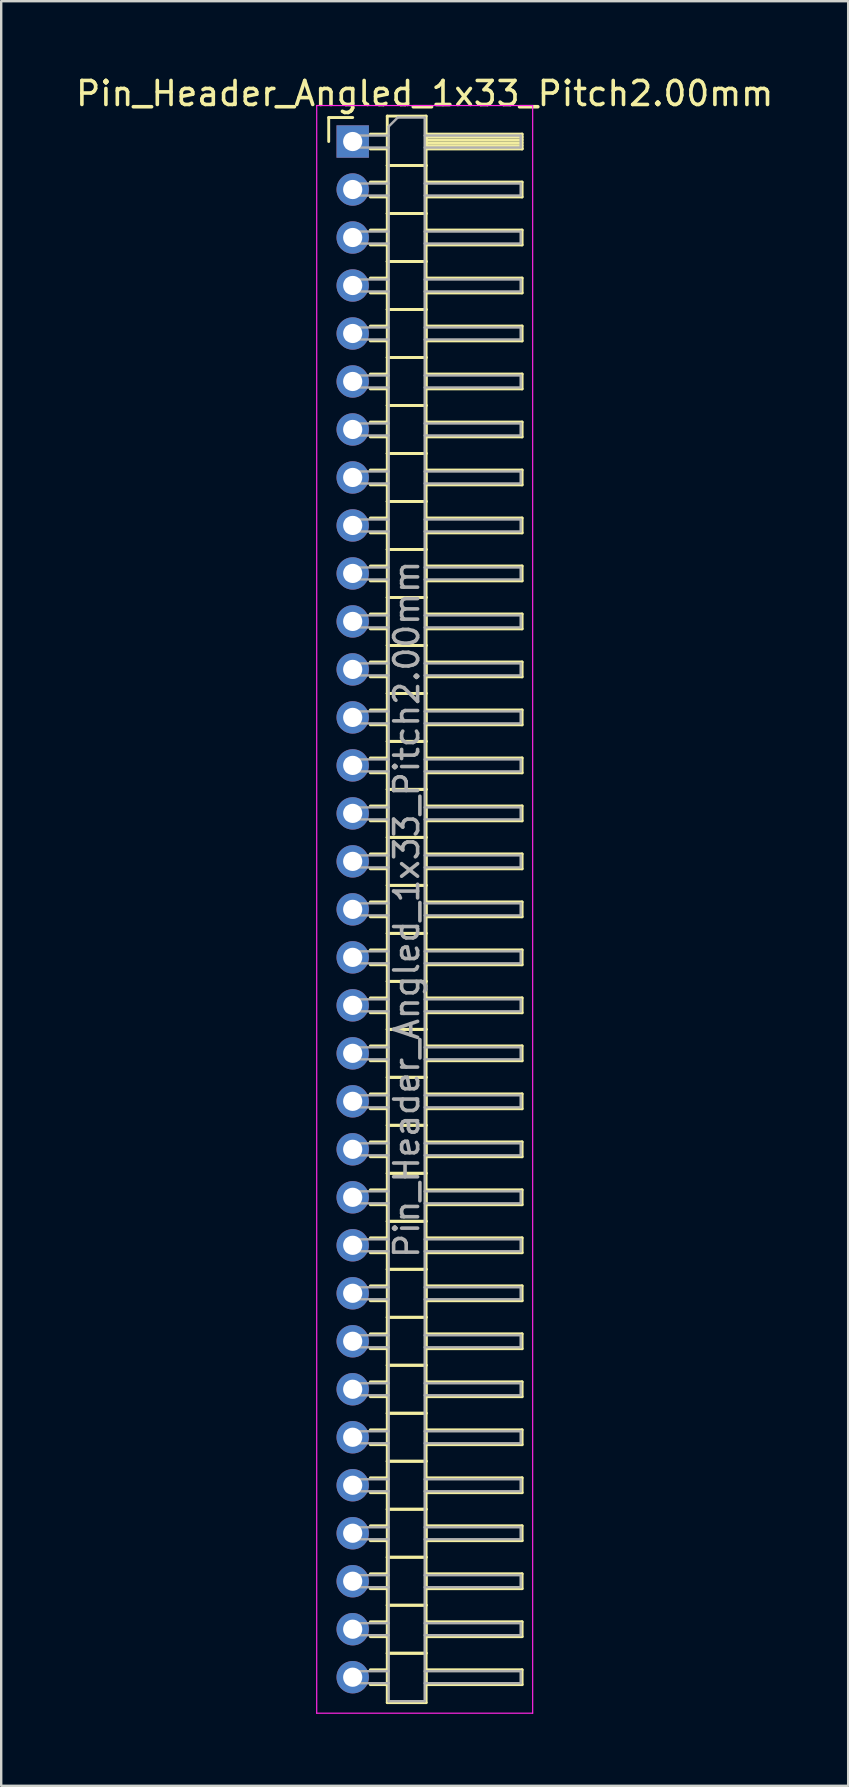
<source format=kicad_pcb>
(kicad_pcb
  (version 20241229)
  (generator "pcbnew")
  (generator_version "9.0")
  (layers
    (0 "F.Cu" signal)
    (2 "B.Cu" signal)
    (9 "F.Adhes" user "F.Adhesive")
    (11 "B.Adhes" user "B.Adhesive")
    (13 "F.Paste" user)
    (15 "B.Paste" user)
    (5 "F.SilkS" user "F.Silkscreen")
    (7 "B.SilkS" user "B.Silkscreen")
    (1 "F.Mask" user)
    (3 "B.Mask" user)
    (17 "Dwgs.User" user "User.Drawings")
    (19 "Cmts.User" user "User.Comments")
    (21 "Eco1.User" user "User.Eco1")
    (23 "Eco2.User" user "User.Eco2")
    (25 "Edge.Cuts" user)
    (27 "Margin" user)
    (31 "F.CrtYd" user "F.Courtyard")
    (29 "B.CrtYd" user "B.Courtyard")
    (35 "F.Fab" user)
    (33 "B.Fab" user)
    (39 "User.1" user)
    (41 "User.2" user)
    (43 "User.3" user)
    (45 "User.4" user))
  (footprint "Pin_Header_Angled_1x33_Pitch2.00mm"
    (layer "F.Cu")
    (at 11.649 2.848)
    (property "Reference" "Pin_Header_Angled_1x33_Pitch2.00mm" (at 3 -2 0) (layer "F.SilkS") (effects (font (size 1 1) (thickness 0.15))))
    (attr through_hole)
    (fp_line (start -1 -1) (end 0 -1) (stroke (width 0.12) (type solid)) (layer "F.SilkS"))
    (fp_line (start -1 0) (end -1 -1) (stroke (width 0.12) (type solid)) (layer "F.SilkS"))
    (fp_line (start 0.735 -0.31) (end 1.44 -0.31) (stroke (width 0.12) (type solid)) (layer "F.SilkS"))
    (fp_line (start 0.735 0.31) (end 1.44 0.31) (stroke (width 0.12) (type solid)) (layer "F.SilkS"))
    (fp_line (start 0.735 1.69) (end 1.44 1.69) (stroke (width 0.12) (type solid)) (layer "F.SilkS"))
    (fp_line (start 0.735 2.31) (end 1.44 2.31) (stroke (width 0.12) (type solid)) (layer "F.SilkS"))
    (fp_line (start 0.735 3.69) (end 1.44 3.69) (stroke (width 0.12) (type solid)) (layer "F.SilkS"))
    (fp_line (start 0.735 4.31) (end 1.44 4.31) (stroke (width 0.12) (type solid)) (layer "F.SilkS"))
    (fp_line (start 0.735 5.69) (end 1.44 5.69) (stroke (width 0.12) (type solid)) (layer "F.SilkS"))
    (fp_line (start 0.735 6.31) (end 1.44 6.31) (stroke (width 0.12) (type solid)) (layer "F.SilkS"))
    (fp_line (start 0.735 7.69) (end 1.44 7.69) (stroke (width 0.12) (type solid)) (layer "F.SilkS"))
    (fp_line (start 0.735 8.31) (end 1.44 8.31) (stroke (width 0.12) (type solid)) (layer "F.SilkS"))
    (fp_line (start 0.735 9.69) (end 1.44 9.69) (stroke (width 0.12) (type solid)) (layer "F.SilkS"))
    (fp_line (start 0.735 10.31) (end 1.44 10.31) (stroke (width 0.12) (type solid)) (layer "F.SilkS"))
    (fp_line (start 0.735 11.69) (end 1.44 11.69) (stroke (width 0.12) (type solid)) (layer "F.SilkS"))
    (fp_line (start 0.735 12.31) (end 1.44 12.31) (stroke (width 0.12) (type solid)) (layer "F.SilkS"))
    (fp_line (start 0.735 13.69) (end 1.44 13.69) (stroke (width 0.12) (type solid)) (layer "F.SilkS"))
    (fp_line (start 0.735 14.31) (end 1.44 14.31) (stroke (width 0.12) (type solid)) (layer "F.SilkS"))
    (fp_line (start 0.735 15.69) (end 1.44 15.69) (stroke (width 0.12) (type solid)) (layer "F.SilkS"))
    (fp_line (start 0.735 16.31) (end 1.44 16.31) (stroke (width 0.12) (type solid)) (layer "F.SilkS"))
    (fp_line (start 0.735 17.69) (end 1.44 17.69) (stroke (width 0.12) (type solid)) (layer "F.SilkS"))
    (fp_line (start 0.735 18.31) (end 1.44 18.31) (stroke (width 0.12) (type solid)) (layer "F.SilkS"))
    (fp_line (start 0.735 19.69) (end 1.44 19.69) (stroke (width 0.12) (type solid)) (layer "F.SilkS"))
    (fp_line (start 0.735 20.31) (end 1.44 20.31) (stroke (width 0.12) (type solid)) (layer "F.SilkS"))
    (fp_line (start 0.735 21.69) (end 1.44 21.69) (stroke (width 0.12) (type solid)) (layer "F.SilkS"))
    (fp_line (start 0.735 22.31) (end 1.44 22.31) (stroke (width 0.12) (type solid)) (layer "F.SilkS"))
    (fp_line (start 0.735 23.69) (end 1.44 23.69) (stroke (width 0.12) (type solid)) (layer "F.SilkS"))
    (fp_line (start 0.735 24.31) (end 1.44 24.31) (stroke (width 0.12) (type solid)) (layer "F.SilkS"))
    (fp_line (start 0.735 25.69) (end 1.44 25.69) (stroke (width 0.12) (type solid)) (layer "F.SilkS"))
    (fp_line (start 0.735 26.31) (end 1.44 26.31) (stroke (width 0.12) (type solid)) (layer "F.SilkS"))
    (fp_line (start 0.735 27.69) (end 1.44 27.69) (stroke (width 0.12) (type solid)) (layer "F.SilkS"))
    (fp_line (start 0.735 28.31) (end 1.44 28.31) (stroke (width 0.12) (type solid)) (layer "F.SilkS"))
    (fp_line (start 0.735 29.69) (end 1.44 29.69) (stroke (width 0.12) (type solid)) (layer "F.SilkS"))
    (fp_line (start 0.735 30.31) (end 1.44 30.31) (stroke (width 0.12) (type solid)) (layer "F.SilkS"))
    (fp_line (start 0.735 31.69) (end 1.44 31.69) (stroke (width 0.12) (type solid)) (layer "F.SilkS"))
    (fp_line (start 0.735 32.31) (end 1.44 32.31) (stroke (width 0.12) (type solid)) (layer "F.SilkS"))
    (fp_line (start 0.735 33.69) (end 1.44 33.69) (stroke (width 0.12) (type solid)) (layer "F.SilkS"))
    (fp_line (start 0.735 34.31) (end 1.44 34.31) (stroke (width 0.12) (type solid)) (layer "F.SilkS"))
    (fp_line (start 0.735 35.69) (end 1.44 35.69) (stroke (width 0.12) (type solid)) (layer "F.SilkS"))
    (fp_line (start 0.735 36.31) (end 1.44 36.31) (stroke (width 0.12) (type solid)) (layer "F.SilkS"))
    (fp_line (start 0.735 37.69) (end 1.44 37.69) (stroke (width 0.12) (type solid)) (layer "F.SilkS"))
    (fp_line (start 0.735 38.31) (end 1.44 38.31) (stroke (width 0.12) (type solid)) (layer "F.SilkS"))
    (fp_line (start 0.735 39.69) (end 1.44 39.69) (stroke (width 0.12) (type solid)) (layer "F.SilkS"))
    (fp_line (start 0.735 40.31) (end 1.44 40.31) (stroke (width 0.12) (type solid)) (layer "F.SilkS"))
    (fp_line (start 0.735 41.69) (end 1.44 41.69) (stroke (width 0.12) (type solid)) (layer "F.SilkS"))
    (fp_line (start 0.735 42.31) (end 1.44 42.31) (stroke (width 0.12) (type solid)) (layer "F.SilkS"))
    (fp_line (start 0.735 43.69) (end 1.44 43.69) (stroke (width 0.12) (type solid)) (layer "F.SilkS"))
    (fp_line (start 0.735 44.31) (end 1.44 44.31) (stroke (width 0.12) (type solid)) (layer "F.SilkS"))
    (fp_line (start 0.735 45.69) (end 1.44 45.69) (stroke (width 0.12) (type solid)) (layer "F.SilkS"))
    (fp_line (start 0.735 46.31) (end 1.44 46.31) (stroke (width 0.12) (type solid)) (layer "F.SilkS"))
    (fp_line (start 0.735 47.69) (end 1.44 47.69) (stroke (width 0.12) (type solid)) (layer "F.SilkS"))
    (fp_line (start 0.735 48.31) (end 1.44 48.31) (stroke (width 0.12) (type solid)) (layer "F.SilkS"))
    (fp_line (start 0.735 49.69) (end 1.44 49.69) (stroke (width 0.12) (type solid)) (layer "F.SilkS"))
    (fp_line (start 0.735 50.31) (end 1.44 50.31) (stroke (width 0.12) (type solid)) (layer "F.SilkS"))
    (fp_line (start 0.735 51.69) (end 1.44 51.69) (stroke (width 0.12) (type solid)) (layer "F.SilkS"))
    (fp_line (start 0.735 52.31) (end 1.44 52.31) (stroke (width 0.12) (type solid)) (layer "F.SilkS"))
    (fp_line (start 0.735 53.69) (end 1.44 53.69) (stroke (width 0.12) (type solid)) (layer "F.SilkS"))
    (fp_line (start 0.735 54.31) (end 1.44 54.31) (stroke (width 0.12) (type solid)) (layer "F.SilkS"))
    (fp_line (start 0.735 55.69) (end 1.44 55.69) (stroke (width 0.12) (type solid)) (layer "F.SilkS"))
    (fp_line (start 0.735 56.31) (end 1.44 56.31) (stroke (width 0.12) (type solid)) (layer "F.SilkS"))
    (fp_line (start 0.735 57.69) (end 1.44 57.69) (stroke (width 0.12) (type solid)) (layer "F.SilkS"))
    (fp_line (start 0.735 58.31) (end 1.44 58.31) (stroke (width 0.12) (type solid)) (layer "F.SilkS"))
    (fp_line (start 0.735 59.69) (end 1.44 59.69) (stroke (width 0.12) (type solid)) (layer "F.SilkS"))
    (fp_line (start 0.735 60.31) (end 1.44 60.31) (stroke (width 0.12) (type solid)) (layer "F.SilkS"))
    (fp_line (start 0.735 61.69) (end 1.44 61.69) (stroke (width 0.12) (type solid)) (layer "F.SilkS"))
    (fp_line (start 0.735 62.31) (end 1.44 62.31) (stroke (width 0.12) (type solid)) (layer "F.SilkS"))
    (fp_line (start 0.735 63.69) (end 1.44 63.69) (stroke (width 0.12) (type solid)) (layer "F.SilkS"))
    (fp_line (start 0.735 64.31) (end 1.44 64.31) (stroke (width 0.12) (type solid)) (layer "F.SilkS"))
    (fp_line (start 1.44 -1.06) (end 1.44 1) (stroke (width 0.12) (type solid)) (layer "F.SilkS"))
    (fp_line (start 1.44 1) (end 1.44 3) (stroke (width 0.12) (type solid)) (layer "F.SilkS"))
    (fp_line (start 1.44 1) (end 3.06 1) (stroke (width 0.12) (type solid)) (layer "F.SilkS"))
    (fp_line (start 1.44 3) (end 1.44 5) (stroke (width 0.12) (type solid)) (layer "F.SilkS"))
    (fp_line (start 1.44 3) (end 3.06 3) (stroke (width 0.12) (type solid)) (layer "F.SilkS"))
    (fp_line (start 1.44 5) (end 1.44 7) (stroke (width 0.12) (type solid)) (layer "F.SilkS"))
    (fp_line (start 1.44 5) (end 3.06 5) (stroke (width 0.12) (type solid)) (layer "F.SilkS"))
    (fp_line (start 1.44 7) (end 1.44 9) (stroke (width 0.12) (type solid)) (layer "F.SilkS"))
    (fp_line (start 1.44 7) (end 3.06 7) (stroke (width 0.12) (type solid)) (layer "F.SilkS"))
    (fp_line (start 1.44 9) (end 1.44 11) (stroke (width 0.12) (type solid)) (layer "F.SilkS"))
    (fp_line (start 1.44 9) (end 3.06 9) (stroke (width 0.12) (type solid)) (layer "F.SilkS"))
    (fp_line (start 1.44 11) (end 1.44 13) (stroke (width 0.12) (type solid)) (layer "F.SilkS"))
    (fp_line (start 1.44 11) (end 3.06 11) (stroke (width 0.12) (type solid)) (layer "F.SilkS"))
    (fp_line (start 1.44 13) (end 1.44 15) (stroke (width 0.12) (type solid)) (layer "F.SilkS"))
    (fp_line (start 1.44 13) (end 3.06 13) (stroke (width 0.12) (type solid)) (layer "F.SilkS"))
    (fp_line (start 1.44 15) (end 1.44 17) (stroke (width 0.12) (type solid)) (layer "F.SilkS"))
    (fp_line (start 1.44 15) (end 3.06 15) (stroke (width 0.12) (type solid)) (layer "F.SilkS"))
    (fp_line (start 1.44 17) (end 1.44 19) (stroke (width 0.12) (type solid)) (layer "F.SilkS"))
    (fp_line (start 1.44 17) (end 3.06 17) (stroke (width 0.12) (type solid)) (layer "F.SilkS"))
    (fp_line (start 1.44 19) (end 1.44 21) (stroke (width 0.12) (type solid)) (layer "F.SilkS"))
    (fp_line (start 1.44 19) (end 3.06 19) (stroke (width 0.12) (type solid)) (layer "F.SilkS"))
    (fp_line (start 1.44 21) (end 1.44 23) (stroke (width 0.12) (type solid)) (layer "F.SilkS"))
    (fp_line (start 1.44 21) (end 3.06 21) (stroke (width 0.12) (type solid)) (layer "F.SilkS"))
    (fp_line (start 1.44 23) (end 1.44 25) (stroke (width 0.12) (type solid)) (layer "F.SilkS"))
    (fp_line (start 1.44 23) (end 3.06 23) (stroke (width 0.12) (type solid)) (layer "F.SilkS"))
    (fp_line (start 1.44 25) (end 1.44 27) (stroke (width 0.12) (type solid)) (layer "F.SilkS"))
    (fp_line (start 1.44 25) (end 3.06 25) (stroke (width 0.12) (type solid)) (layer "F.SilkS"))
    (fp_line (start 1.44 27) (end 1.44 29) (stroke (width 0.12) (type solid)) (layer "F.SilkS"))
    (fp_line (start 1.44 27) (end 3.06 27) (stroke (width 0.12) (type solid)) (layer "F.SilkS"))
    (fp_line (start 1.44 29) (end 1.44 31) (stroke (width 0.12) (type solid)) (layer "F.SilkS"))
    (fp_line (start 1.44 29) (end 3.06 29) (stroke (width 0.12) (type solid)) (layer "F.SilkS"))
    (fp_line (start 1.44 31) (end 1.44 33) (stroke (width 0.12) (type solid)) (layer "F.SilkS"))
    (fp_line (start 1.44 31) (end 3.06 31) (stroke (width 0.12) (type solid)) (layer "F.SilkS"))
    (fp_line (start 1.44 33) (end 1.44 35) (stroke (width 0.12) (type solid)) (layer "F.SilkS"))
    (fp_line (start 1.44 33) (end 3.06 33) (stroke (width 0.12) (type solid)) (layer "F.SilkS"))
    (fp_line (start 1.44 35) (end 1.44 37) (stroke (width 0.12) (type solid)) (layer "F.SilkS"))
    (fp_line (start 1.44 35) (end 3.06 35) (stroke (width 0.12) (type solid)) (layer "F.SilkS"))
    (fp_line (start 1.44 37) (end 1.44 39) (stroke (width 0.12) (type solid)) (layer "F.SilkS"))
    (fp_line (start 1.44 37) (end 3.06 37) (stroke (width 0.12) (type solid)) (layer "F.SilkS"))
    (fp_line (start 1.44 39) (end 1.44 41) (stroke (width 0.12) (type solid)) (layer "F.SilkS"))
    (fp_line (start 1.44 39) (end 3.06 39) (stroke (width 0.12) (type solid)) (layer "F.SilkS"))
    (fp_line (start 1.44 41) (end 1.44 43) (stroke (width 0.12) (type solid)) (layer "F.SilkS"))
    (fp_line (start 1.44 41) (end 3.06 41) (stroke (width 0.12) (type solid)) (layer "F.SilkS"))
    (fp_line (start 1.44 43) (end 1.44 45) (stroke (width 0.12) (type solid)) (layer "F.SilkS"))
    (fp_line (start 1.44 43) (end 3.06 43) (stroke (width 0.12) (type solid)) (layer "F.SilkS"))
    (fp_line (start 1.44 45) (end 1.44 47) (stroke (width 0.12) (type solid)) (layer "F.SilkS"))
    (fp_line (start 1.44 45) (end 3.06 45) (stroke (width 0.12) (type solid)) (layer "F.SilkS"))
    (fp_line (start 1.44 47) (end 1.44 49) (stroke (width 0.12) (type solid)) (layer "F.SilkS"))
    (fp_line (start 1.44 47) (end 3.06 47) (stroke (width 0.12) (type solid)) (layer "F.SilkS"))
    (fp_line (start 1.44 49) (end 1.44 51) (stroke (width 0.12) (type solid)) (layer "F.SilkS"))
    (fp_line (start 1.44 49) (end 3.06 49) (stroke (width 0.12) (type solid)) (layer "F.SilkS"))
    (fp_line (start 1.44 51) (end 1.44 53) (stroke (width 0.12) (type solid)) (layer "F.SilkS"))
    (fp_line (start 1.44 51) (end 3.06 51) (stroke (width 0.12) (type solid)) (layer "F.SilkS"))
    (fp_line (start 1.44 53) (end 1.44 55) (stroke (width 0.12) (type solid)) (layer "F.SilkS"))
    (fp_line (start 1.44 53) (end 3.06 53) (stroke (width 0.12) (type solid)) (layer "F.SilkS"))
    (fp_line (start 1.44 55) (end 1.44 57) (stroke (width 0.12) (type solid)) (layer "F.SilkS"))
    (fp_line (start 1.44 55) (end 3.06 55) (stroke (width 0.12) (type solid)) (layer "F.SilkS"))
    (fp_line (start 1.44 57) (end 1.44 59) (stroke (width 0.12) (type solid)) (layer "F.SilkS"))
    (fp_line (start 1.44 57) (end 3.06 57) (stroke (width 0.12) (type solid)) (layer "F.SilkS"))
    (fp_line (start 1.44 59) (end 1.44 61) (stroke (width 0.12) (type solid)) (layer "F.SilkS"))
    (fp_line (start 1.44 59) (end 3.06 59) (stroke (width 0.12) (type solid)) (layer "F.SilkS"))
    (fp_line (start 1.44 61) (end 1.44 63) (stroke (width 0.12) (type solid)) (layer "F.SilkS"))
    (fp_line (start 1.44 61) (end 3.06 61) (stroke (width 0.12) (type solid)) (layer "F.SilkS"))
    (fp_line (start 1.44 63) (end 1.44 65.06) (stroke (width 0.12) (type solid)) (layer "F.SilkS"))
    (fp_line (start 1.44 63) (end 3.06 63) (stroke (width 0.12) (type solid)) (layer "F.SilkS"))
    (fp_line (start 1.44 65.06) (end 3.06 65.06) (stroke (width 0.12) (type solid)) (layer "F.SilkS"))
    (fp_line (start 3.06 -1.06) (end 1.44 -1.06) (stroke (width 0.12) (type solid)) (layer "F.SilkS"))
    (fp_line (start 3.06 -0.31) (end 3.06 0.31) (stroke (width 0.12) (type solid)) (layer "F.SilkS"))
    (fp_line (start 3.06 -0.19) (end 7.06 -0.19) (stroke (width 0.12) (type solid)) (layer "F.SilkS"))
    (fp_line (start 3.06 -0.07) (end 7.06 -0.07) (stroke (width 0.12) (type solid)) (layer "F.SilkS"))
    (fp_line (start 3.06 0.05) (end 7.06 0.05) (stroke (width 0.12) (type solid)) (layer "F.SilkS"))
    (fp_line (start 3.06 0.17) (end 7.06 0.17) (stroke (width 0.12) (type solid)) (layer "F.SilkS"))
    (fp_line (start 3.06 0.29) (end 7.06 0.29) (stroke (width 0.12) (type solid)) (layer "F.SilkS"))
    (fp_line (start 3.06 0.31) (end 7.06 0.31) (stroke (width 0.12) (type solid)) (layer "F.SilkS"))
    (fp_line (start 3.06 1) (end 1.44 1) (stroke (width 0.12) (type solid)) (layer "F.SilkS"))
    (fp_line (start 3.06 1) (end 3.06 -1.06) (stroke (width 0.12) (type solid)) (layer "F.SilkS"))
    (fp_line (start 3.06 1.69) (end 3.06 2.31) (stroke (width 0.12) (type solid)) (layer "F.SilkS"))
    (fp_line (start 3.06 2.31) (end 7.06 2.31) (stroke (width 0.12) (type solid)) (layer "F.SilkS"))
    (fp_line (start 3.06 3) (end 1.44 3) (stroke (width 0.12) (type solid)) (layer "F.SilkS"))
    (fp_line (start 3.06 3) (end 3.06 1) (stroke (width 0.12) (type solid)) (layer "F.SilkS"))
    (fp_line (start 3.06 3.69) (end 3.06 4.31) (stroke (width 0.12) (type solid)) (layer "F.SilkS"))
    (fp_line (start 3.06 4.31) (end 7.06 4.31) (stroke (width 0.12) (type solid)) (layer "F.SilkS"))
    (fp_line (start 3.06 5) (end 1.44 5) (stroke (width 0.12) (type solid)) (layer "F.SilkS"))
    (fp_line (start 3.06 5) (end 3.06 3) (stroke (width 0.12) (type solid)) (layer "F.SilkS"))
    (fp_line (start 3.06 5.69) (end 3.06 6.31) (stroke (width 0.12) (type solid)) (layer "F.SilkS"))
    (fp_line (start 3.06 6.31) (end 7.06 6.31) (stroke (width 0.12) (type solid)) (layer "F.SilkS"))
    (fp_line (start 3.06 7) (end 1.44 7) (stroke (width 0.12) (type solid)) (layer "F.SilkS"))
    (fp_line (start 3.06 7) (end 3.06 5) (stroke (width 0.12) (type solid)) (layer "F.SilkS"))
    (fp_line (start 3.06 7.69) (end 3.06 8.31) (stroke (width 0.12) (type solid)) (layer "F.SilkS"))
    (fp_line (start 3.06 8.31) (end 7.06 8.31) (stroke (width 0.12) (type solid)) (layer "F.SilkS"))
    (fp_line (start 3.06 9) (end 1.44 9) (stroke (width 0.12) (type solid)) (layer "F.SilkS"))
    (fp_line (start 3.06 9) (end 3.06 7) (stroke (width 0.12) (type solid)) (layer "F.SilkS"))
    (fp_line (start 3.06 9.69) (end 3.06 10.31) (stroke (width 0.12) (type solid)) (layer "F.SilkS"))
    (fp_line (start 3.06 10.31) (end 7.06 10.31) (stroke (width 0.12) (type solid)) (layer "F.SilkS"))
    (fp_line (start 3.06 11) (end 1.44 11) (stroke (width 0.12) (type solid)) (layer "F.SilkS"))
    (fp_line (start 3.06 11) (end 3.06 9) (stroke (width 0.12) (type solid)) (layer "F.SilkS"))
    (fp_line (start 3.06 11.69) (end 3.06 12.31) (stroke (width 0.12) (type solid)) (layer "F.SilkS"))
    (fp_line (start 3.06 12.31) (end 7.06 12.31) (stroke (width 0.12) (type solid)) (layer "F.SilkS"))
    (fp_line (start 3.06 13) (end 1.44 13) (stroke (width 0.12) (type solid)) (layer "F.SilkS"))
    (fp_line (start 3.06 13) (end 3.06 11) (stroke (width 0.12) (type solid)) (layer "F.SilkS"))
    (fp_line (start 3.06 13.69) (end 3.06 14.31) (stroke (width 0.12) (type solid)) (layer "F.SilkS"))
    (fp_line (start 3.06 14.31) (end 7.06 14.31) (stroke (width 0.12) (type solid)) (layer "F.SilkS"))
    (fp_line (start 3.06 15) (end 1.44 15) (stroke (width 0.12) (type solid)) (layer "F.SilkS"))
    (fp_line (start 3.06 15) (end 3.06 13) (stroke (width 0.12) (type solid)) (layer "F.SilkS"))
    (fp_line (start 3.06 15.69) (end 3.06 16.31) (stroke (width 0.12) (type solid)) (layer "F.SilkS"))
    (fp_line (start 3.06 16.31) (end 7.06 16.31) (stroke (width 0.12) (type solid)) (layer "F.SilkS"))
    (fp_line (start 3.06 17) (end 1.44 17) (stroke (width 0.12) (type solid)) (layer "F.SilkS"))
    (fp_line (start 3.06 17) (end 3.06 15) (stroke (width 0.12) (type solid)) (layer "F.SilkS"))
    (fp_line (start 3.06 17.69) (end 3.06 18.31) (stroke (width 0.12) (type solid)) (layer "F.SilkS"))
    (fp_line (start 3.06 18.31) (end 7.06 18.31) (stroke (width 0.12) (type solid)) (layer "F.SilkS"))
    (fp_line (start 3.06 19) (end 1.44 19) (stroke (width 0.12) (type solid)) (layer "F.SilkS"))
    (fp_line (start 3.06 19) (end 3.06 17) (stroke (width 0.12) (type solid)) (layer "F.SilkS"))
    (fp_line (start 3.06 19.69) (end 3.06 20.31) (stroke (width 0.12) (type solid)) (layer "F.SilkS"))
    (fp_line (start 3.06 20.31) (end 7.06 20.31) (stroke (width 0.12) (type solid)) (layer "F.SilkS"))
    (fp_line (start 3.06 21) (end 1.44 21) (stroke (width 0.12) (type solid)) (layer "F.SilkS"))
    (fp_line (start 3.06 21) (end 3.06 19) (stroke (width 0.12) (type solid)) (layer "F.SilkS"))
    (fp_line (start 3.06 21.69) (end 3.06 22.31) (stroke (width 0.12) (type solid)) (layer "F.SilkS"))
    (fp_line (start 3.06 22.31) (end 7.06 22.31) (stroke (width 0.12) (type solid)) (layer "F.SilkS"))
    (fp_line (start 3.06 23) (end 1.44 23) (stroke (width 0.12) (type solid)) (layer "F.SilkS"))
    (fp_line (start 3.06 23) (end 3.06 21) (stroke (width 0.12) (type solid)) (layer "F.SilkS"))
    (fp_line (start 3.06 23.69) (end 3.06 24.31) (stroke (width 0.12) (type solid)) (layer "F.SilkS"))
    (fp_line (start 3.06 24.31) (end 7.06 24.31) (stroke (width 0.12) (type solid)) (layer "F.SilkS"))
    (fp_line (start 3.06 25) (end 1.44 25) (stroke (width 0.12) (type solid)) (layer "F.SilkS"))
    (fp_line (start 3.06 25) (end 3.06 23) (stroke (width 0.12) (type solid)) (layer "F.SilkS"))
    (fp_line (start 3.06 25.69) (end 3.06 26.31) (stroke (width 0.12) (type solid)) (layer "F.SilkS"))
    (fp_line (start 3.06 26.31) (end 7.06 26.31) (stroke (width 0.12) (type solid)) (layer "F.SilkS"))
    (fp_line (start 3.06 27) (end 1.44 27) (stroke (width 0.12) (type solid)) (layer "F.SilkS"))
    (fp_line (start 3.06 27) (end 3.06 25) (stroke (width 0.12) (type solid)) (layer "F.SilkS"))
    (fp_line (start 3.06 27.69) (end 3.06 28.31) (stroke (width 0.12) (type solid)) (layer "F.SilkS"))
    (fp_line (start 3.06 28.31) (end 7.06 28.31) (stroke (width 0.12) (type solid)) (layer "F.SilkS"))
    (fp_line (start 3.06 29) (end 1.44 29) (stroke (width 0.12) (type solid)) (layer "F.SilkS"))
    (fp_line (start 3.06 29) (end 3.06 27) (stroke (width 0.12) (type solid)) (layer "F.SilkS"))
    (fp_line (start 3.06 29.69) (end 3.06 30.31) (stroke (width 0.12) (type solid)) (layer "F.SilkS"))
    (fp_line (start 3.06 30.31) (end 7.06 30.31) (stroke (width 0.12) (type solid)) (layer "F.SilkS"))
    (fp_line (start 3.06 31) (end 1.44 31) (stroke (width 0.12) (type solid)) (layer "F.SilkS"))
    (fp_line (start 3.06 31) (end 3.06 29) (stroke (width 0.12) (type solid)) (layer "F.SilkS"))
    (fp_line (start 3.06 31.69) (end 3.06 32.31) (stroke (width 0.12) (type solid)) (layer "F.SilkS"))
    (fp_line (start 3.06 32.31) (end 7.06 32.31) (stroke (width 0.12) (type solid)) (layer "F.SilkS"))
    (fp_line (start 3.06 33) (end 1.44 33) (stroke (width 0.12) (type solid)) (layer "F.SilkS"))
    (fp_line (start 3.06 33) (end 3.06 31) (stroke (width 0.12) (type solid)) (layer "F.SilkS"))
    (fp_line (start 3.06 33.69) (end 3.06 34.31) (stroke (width 0.12) (type solid)) (layer "F.SilkS"))
    (fp_line (start 3.06 34.31) (end 7.06 34.31) (stroke (width 0.12) (type solid)) (layer "F.SilkS"))
    (fp_line (start 3.06 35) (end 1.44 35) (stroke (width 0.12) (type solid)) (layer "F.SilkS"))
    (fp_line (start 3.06 35) (end 3.06 33) (stroke (width 0.12) (type solid)) (layer "F.SilkS"))
    (fp_line (start 3.06 35.69) (end 3.06 36.31) (stroke (width 0.12) (type solid)) (layer "F.SilkS"))
    (fp_line (start 3.06 36.31) (end 7.06 36.31) (stroke (width 0.12) (type solid)) (layer "F.SilkS"))
    (fp_line (start 3.06 37) (end 1.44 37) (stroke (width 0.12) (type solid)) (layer "F.SilkS"))
    (fp_line (start 3.06 37) (end 3.06 35) (stroke (width 0.12) (type solid)) (layer "F.SilkS"))
    (fp_line (start 3.06 37.69) (end 3.06 38.31) (stroke (width 0.12) (type solid)) (layer "F.SilkS"))
    (fp_line (start 3.06 38.31) (end 7.06 38.31) (stroke (width 0.12) (type solid)) (layer "F.SilkS"))
    (fp_line (start 3.06 39) (end 1.44 39) (stroke (width 0.12) (type solid)) (layer "F.SilkS"))
    (fp_line (start 3.06 39) (end 3.06 37) (stroke (width 0.12) (type solid)) (layer "F.SilkS"))
    (fp_line (start 3.06 39.69) (end 3.06 40.31) (stroke (width 0.12) (type solid)) (layer "F.SilkS"))
    (fp_line (start 3.06 40.31) (end 7.06 40.31) (stroke (width 0.12) (type solid)) (layer "F.SilkS"))
    (fp_line (start 3.06 41) (end 1.44 41) (stroke (width 0.12) (type solid)) (layer "F.SilkS"))
    (fp_line (start 3.06 41) (end 3.06 39) (stroke (width 0.12) (type solid)) (layer "F.SilkS"))
    (fp_line (start 3.06 41.69) (end 3.06 42.31) (stroke (width 0.12) (type solid)) (layer "F.SilkS"))
    (fp_line (start 3.06 42.31) (end 7.06 42.31) (stroke (width 0.12) (type solid)) (layer "F.SilkS"))
    (fp_line (start 3.06 43) (end 1.44 43) (stroke (width 0.12) (type solid)) (layer "F.SilkS"))
    (fp_line (start 3.06 43) (end 3.06 41) (stroke (width 0.12) (type solid)) (layer "F.SilkS"))
    (fp_line (start 3.06 43.69) (end 3.06 44.31) (stroke (width 0.12) (type solid)) (layer "F.SilkS"))
    (fp_line (start 3.06 44.31) (end 7.06 44.31) (stroke (width 0.12) (type solid)) (layer "F.SilkS"))
    (fp_line (start 3.06 45) (end 1.44 45) (stroke (width 0.12) (type solid)) (layer "F.SilkS"))
    (fp_line (start 3.06 45) (end 3.06 43) (stroke (width 0.12) (type solid)) (layer "F.SilkS"))
    (fp_line (start 3.06 45.69) (end 3.06 46.31) (stroke (width 0.12) (type solid)) (layer "F.SilkS"))
    (fp_line (start 3.06 46.31) (end 7.06 46.31) (stroke (width 0.12) (type solid)) (layer "F.SilkS"))
    (fp_line (start 3.06 47) (end 1.44 47) (stroke (width 0.12) (type solid)) (layer "F.SilkS"))
    (fp_line (start 3.06 47) (end 3.06 45) (stroke (width 0.12) (type solid)) (layer "F.SilkS"))
    (fp_line (start 3.06 47.69) (end 3.06 48.31) (stroke (width 0.12) (type solid)) (layer "F.SilkS"))
    (fp_line (start 3.06 48.31) (end 7.06 48.31) (stroke (width 0.12) (type solid)) (layer "F.SilkS"))
    (fp_line (start 3.06 49) (end 1.44 49) (stroke (width 0.12) (type solid)) (layer "F.SilkS"))
    (fp_line (start 3.06 49) (end 3.06 47) (stroke (width 0.12) (type solid)) (layer "F.SilkS"))
    (fp_line (start 3.06 49.69) (end 3.06 50.31) (stroke (width 0.12) (type solid)) (layer "F.SilkS"))
    (fp_line (start 3.06 50.31) (end 7.06 50.31) (stroke (width 0.12) (type solid)) (layer "F.SilkS"))
    (fp_line (start 3.06 51) (end 1.44 51) (stroke (width 0.12) (type solid)) (layer "F.SilkS"))
    (fp_line (start 3.06 51) (end 3.06 49) (stroke (width 0.12) (type solid)) (layer "F.SilkS"))
    (fp_line (start 3.06 51.69) (end 3.06 52.31) (stroke (width 0.12) (type solid)) (layer "F.SilkS"))
    (fp_line (start 3.06 52.31) (end 7.06 52.31) (stroke (width 0.12) (type solid)) (layer "F.SilkS"))
    (fp_line (start 3.06 53) (end 1.44 53) (stroke (width 0.12) (type solid)) (layer "F.SilkS"))
    (fp_line (start 3.06 53) (end 3.06 51) (stroke (width 0.12) (type solid)) (layer "F.SilkS"))
    (fp_line (start 3.06 53.69) (end 3.06 54.31) (stroke (width 0.12) (type solid)) (layer "F.SilkS"))
    (fp_line (start 3.06 54.31) (end 7.06 54.31) (stroke (width 0.12) (type solid)) (layer "F.SilkS"))
    (fp_line (start 3.06 55) (end 1.44 55) (stroke (width 0.12) (type solid)) (layer "F.SilkS"))
    (fp_line (start 3.06 55) (end 3.06 53) (stroke (width 0.12) (type solid)) (layer "F.SilkS"))
    (fp_line (start 3.06 55.69) (end 3.06 56.31) (stroke (width 0.12) (type solid)) (layer "F.SilkS"))
    (fp_line (start 3.06 56.31) (end 7.06 56.31) (stroke (width 0.12) (type solid)) (layer "F.SilkS"))
    (fp_line (start 3.06 57) (end 1.44 57) (stroke (width 0.12) (type solid)) (layer "F.SilkS"))
    (fp_line (start 3.06 57) (end 3.06 55) (stroke (width 0.12) (type solid)) (layer "F.SilkS"))
    (fp_line (start 3.06 57.69) (end 3.06 58.31) (stroke (width 0.12) (type solid)) (layer "F.SilkS"))
    (fp_line (start 3.06 58.31) (end 7.06 58.31) (stroke (width 0.12) (type solid)) (layer "F.SilkS"))
    (fp_line (start 3.06 59) (end 1.44 59) (stroke (width 0.12) (type solid)) (layer "F.SilkS"))
    (fp_line (start 3.06 59) (end 3.06 57) (stroke (width 0.12) (type solid)) (layer "F.SilkS"))
    (fp_line (start 3.06 59.69) (end 3.06 60.31) (stroke (width 0.12) (type solid)) (layer "F.SilkS"))
    (fp_line (start 3.06 60.31) (end 7.06 60.31) (stroke (width 0.12) (type solid)) (layer "F.SilkS"))
    (fp_line (start 3.06 61) (end 1.44 61) (stroke (width 0.12) (type solid)) (layer "F.SilkS"))
    (fp_line (start 3.06 61) (end 3.06 59) (stroke (width 0.12) (type solid)) (layer "F.SilkS"))
    (fp_line (start 3.06 61.69) (end 3.06 62.31) (stroke (width 0.12) (type solid)) (layer "F.SilkS"))
    (fp_line (start 3.06 62.31) (end 7.06 62.31) (stroke (width 0.12) (type solid)) (layer "F.SilkS"))
    (fp_line (start 3.06 63) (end 1.44 63) (stroke (width 0.12) (type solid)) (layer "F.SilkS"))
    (fp_line (start 3.06 63) (end 3.06 61) (stroke (width 0.12) (type solid)) (layer "F.SilkS"))
    (fp_line (start 3.06 63.69) (end 3.06 64.31) (stroke (width 0.12) (type solid)) (layer "F.SilkS"))
    (fp_line (start 3.06 64.31) (end 7.06 64.31) (stroke (width 0.12) (type solid)) (layer "F.SilkS"))
    (fp_line (start 3.06 65.06) (end 3.06 63) (stroke (width 0.12) (type solid)) (layer "F.SilkS"))
    (fp_line (start 7.06 -0.31) (end 3.06 -0.31) (stroke (width 0.12) (type solid)) (layer "F.SilkS"))
    (fp_line (start 7.06 0.31) (end 7.06 -0.31) (stroke (width 0.12) (type solid)) (layer "F.SilkS"))
    (fp_line (start 7.06 1.69) (end 3.06 1.69) (stroke (width 0.12) (type solid)) (layer "F.SilkS"))
    (fp_line (start 7.06 2.31) (end 7.06 1.69) (stroke (width 0.12) (type solid)) (layer "F.SilkS"))
    (fp_line (start 7.06 3.69) (end 3.06 3.69) (stroke (width 0.12) (type solid)) (layer "F.SilkS"))
    (fp_line (start 7.06 4.31) (end 7.06 3.69) (stroke (width 0.12) (type solid)) (layer "F.SilkS"))
    (fp_line (start 7.06 5.69) (end 3.06 5.69) (stroke (width 0.12) (type solid)) (layer "F.SilkS"))
    (fp_line (start 7.06 6.31) (end 7.06 5.69) (stroke (width 0.12) (type solid)) (layer "F.SilkS"))
    (fp_line (start 7.06 7.69) (end 3.06 7.69) (stroke (width 0.12) (type solid)) (layer "F.SilkS"))
    (fp_line (start 7.06 8.31) (end 7.06 7.69) (stroke (width 0.12) (type solid)) (layer "F.SilkS"))
    (fp_line (start 7.06 9.69) (end 3.06 9.69) (stroke (width 0.12) (type solid)) (layer "F.SilkS"))
    (fp_line (start 7.06 10.31) (end 7.06 9.69) (stroke (width 0.12) (type solid)) (layer "F.SilkS"))
    (fp_line (start 7.06 11.69) (end 3.06 11.69) (stroke (width 0.12) (type solid)) (layer "F.SilkS"))
    (fp_line (start 7.06 12.31) (end 7.06 11.69) (stroke (width 0.12) (type solid)) (layer "F.SilkS"))
    (fp_line (start 7.06 13.69) (end 3.06 13.69) (stroke (width 0.12) (type solid)) (layer "F.SilkS"))
    (fp_line (start 7.06 14.31) (end 7.06 13.69) (stroke (width 0.12) (type solid)) (layer "F.SilkS"))
    (fp_line (start 7.06 15.69) (end 3.06 15.69) (stroke (width 0.12) (type solid)) (layer "F.SilkS"))
    (fp_line (start 7.06 16.31) (end 7.06 15.69) (stroke (width 0.12) (type solid)) (layer "F.SilkS"))
    (fp_line (start 7.06 17.69) (end 3.06 17.69) (stroke (width 0.12) (type solid)) (layer "F.SilkS"))
    (fp_line (start 7.06 18.31) (end 7.06 17.69) (stroke (width 0.12) (type solid)) (layer "F.SilkS"))
    (fp_line (start 7.06 19.69) (end 3.06 19.69) (stroke (width 0.12) (type solid)) (layer "F.SilkS"))
    (fp_line (start 7.06 20.31) (end 7.06 19.69) (stroke (width 0.12) (type solid)) (layer "F.SilkS"))
    (fp_line (start 7.06 21.69) (end 3.06 21.69) (stroke (width 0.12) (type solid)) (layer "F.SilkS"))
    (fp_line (start 7.06 22.31) (end 7.06 21.69) (stroke (width 0.12) (type solid)) (layer "F.SilkS"))
    (fp_line (start 7.06 23.69) (end 3.06 23.69) (stroke (width 0.12) (type solid)) (layer "F.SilkS"))
    (fp_line (start 7.06 24.31) (end 7.06 23.69) (stroke (width 0.12) (type solid)) (layer "F.SilkS"))
    (fp_line (start 7.06 25.69) (end 3.06 25.69) (stroke (width 0.12) (type solid)) (layer "F.SilkS"))
    (fp_line (start 7.06 26.31) (end 7.06 25.69) (stroke (width 0.12) (type solid)) (layer "F.SilkS"))
    (fp_line (start 7.06 27.69) (end 3.06 27.69) (stroke (width 0.12) (type solid)) (layer "F.SilkS"))
    (fp_line (start 7.06 28.31) (end 7.06 27.69) (stroke (width 0.12) (type solid)) (layer "F.SilkS"))
    (fp_line (start 7.06 29.69) (end 3.06 29.69) (stroke (width 0.12) (type solid)) (layer "F.SilkS"))
    (fp_line (start 7.06 30.31) (end 7.06 29.69) (stroke (width 0.12) (type solid)) (layer "F.SilkS"))
    (fp_line (start 7.06 31.69) (end 3.06 31.69) (stroke (width 0.12) (type solid)) (layer "F.SilkS"))
    (fp_line (start 7.06 32.31) (end 7.06 31.69) (stroke (width 0.12) (type solid)) (layer "F.SilkS"))
    (fp_line (start 7.06 33.69) (end 3.06 33.69) (stroke (width 0.12) (type solid)) (layer "F.SilkS"))
    (fp_line (start 7.06 34.31) (end 7.06 33.69) (stroke (width 0.12) (type solid)) (layer "F.SilkS"))
    (fp_line (start 7.06 35.69) (end 3.06 35.69) (stroke (width 0.12) (type solid)) (layer "F.SilkS"))
    (fp_line (start 7.06 36.31) (end 7.06 35.69) (stroke (width 0.12) (type solid)) (layer "F.SilkS"))
    (fp_line (start 7.06 37.69) (end 3.06 37.69) (stroke (width 0.12) (type solid)) (layer "F.SilkS"))
    (fp_line (start 7.06 38.31) (end 7.06 37.69) (stroke (width 0.12) (type solid)) (layer "F.SilkS"))
    (fp_line (start 7.06 39.69) (end 3.06 39.69) (stroke (width 0.12) (type solid)) (layer "F.SilkS"))
    (fp_line (start 7.06 40.31) (end 7.06 39.69) (stroke (width 0.12) (type solid)) (layer "F.SilkS"))
    (fp_line (start 7.06 41.69) (end 3.06 41.69) (stroke (width 0.12) (type solid)) (layer "F.SilkS"))
    (fp_line (start 7.06 42.31) (end 7.06 41.69) (stroke (width 0.12) (type solid)) (layer "F.SilkS"))
    (fp_line (start 7.06 43.69) (end 3.06 43.69) (stroke (width 0.12) (type solid)) (layer "F.SilkS"))
    (fp_line (start 7.06 44.31) (end 7.06 43.69) (stroke (width 0.12) (type solid)) (layer "F.SilkS"))
    (fp_line (start 7.06 45.69) (end 3.06 45.69) (stroke (width 0.12) (type solid)) (layer "F.SilkS"))
    (fp_line (start 7.06 46.31) (end 7.06 45.69) (stroke (width 0.12) (type solid)) (layer "F.SilkS"))
    (fp_line (start 7.06 47.69) (end 3.06 47.69) (stroke (width 0.12) (type solid)) (layer "F.SilkS"))
    (fp_line (start 7.06 48.31) (end 7.06 47.69) (stroke (width 0.12) (type solid)) (layer "F.SilkS"))
    (fp_line (start 7.06 49.69) (end 3.06 49.69) (stroke (width 0.12) (type solid)) (layer "F.SilkS"))
    (fp_line (start 7.06 50.31) (end 7.06 49.69) (stroke (width 0.12) (type solid)) (layer "F.SilkS"))
    (fp_line (start 7.06 51.69) (end 3.06 51.69) (stroke (width 0.12) (type solid)) (layer "F.SilkS"))
    (fp_line (start 7.06 52.31) (end 7.06 51.69) (stroke (width 0.12) (type solid)) (layer "F.SilkS"))
    (fp_line (start 7.06 53.69) (end 3.06 53.69) (stroke (width 0.12) (type solid)) (layer "F.SilkS"))
    (fp_line (start 7.06 54.31) (end 7.06 53.69) (stroke (width 0.12) (type solid)) (layer "F.SilkS"))
    (fp_line (start 7.06 55.69) (end 3.06 55.69) (stroke (width 0.12) (type solid)) (layer "F.SilkS"))
    (fp_line (start 7.06 56.31) (end 7.06 55.69) (stroke (width 0.12) (type solid)) (layer "F.SilkS"))
    (fp_line (start 7.06 57.69) (end 3.06 57.69) (stroke (width 0.12) (type solid)) (layer "F.SilkS"))
    (fp_line (start 7.06 58.31) (end 7.06 57.69) (stroke (width 0.12) (type solid)) (layer "F.SilkS"))
    (fp_line (start 7.06 59.69) (end 3.06 59.69) (stroke (width 0.12) (type solid)) (layer "F.SilkS"))
    (fp_line (start 7.06 60.31) (end 7.06 59.69) (stroke (width 0.12) (type solid)) (layer "F.SilkS"))
    (fp_line (start 7.06 61.69) (end 3.06 61.69) (stroke (width 0.12) (type solid)) (layer "F.SilkS"))
    (fp_line (start 7.06 62.31) (end 7.06 61.69) (stroke (width 0.12) (type solid)) (layer "F.SilkS"))
    (fp_line (start 7.06 63.69) (end 3.06 63.69) (stroke (width 0.12) (type solid)) (layer "F.SilkS"))
    (fp_line (start 7.06 64.31) (end 7.06 63.69) (stroke (width 0.12) (type solid)) (layer "F.SilkS"))
    (fp_line (start -1.5 -1.5) (end -1.5 65.5) (stroke (width 0.05) (type solid)) (layer "F.CrtYd"))
    (fp_line (start -1.5 65.5) (end 7.5 65.5) (stroke (width 0.05) (type solid)) (layer "F.CrtYd"))
    (fp_line (start 7.5 -1.5) (end -1.5 -1.5) (stroke (width 0.05) (type solid)) (layer "F.CrtYd"))
    (fp_line (start 7.5 65.5) (end 7.5 -1.5) (stroke (width 0.05) (type solid)) (layer "F.CrtYd"))
    (fp_line (start -0.25 -0.25) (end -0.25 0.25) (stroke (width 0.1) (type solid)) (layer "F.Fab"))
    (fp_line (start -0.25 -0.25) (end 1.5 -0.25) (stroke (width 0.1) (type solid)) (layer "F.Fab"))
    (fp_line (start -0.25 0.25) (end 1.5 0.25) (stroke (width 0.1) (type solid)) (layer "F.Fab"))
    (fp_line (start -0.25 1.75) (end -0.25 2.25) (stroke (width 0.1) (type solid)) (layer "F.Fab"))
    (fp_line (start -0.25 1.75) (end 1.5 1.75) (stroke (width 0.1) (type solid)) (layer "F.Fab"))
    (fp_line (start -0.25 2.25) (end 1.5 2.25) (stroke (width 0.1) (type solid)) (layer "F.Fab"))
    (fp_line (start -0.25 3.75) (end -0.25 4.25) (stroke (width 0.1) (type solid)) (layer "F.Fab"))
    (fp_line (start -0.25 3.75) (end 1.5 3.75) (stroke (width 0.1) (type solid)) (layer "F.Fab"))
    (fp_line (start -0.25 4.25) (end 1.5 4.25) (stroke (width 0.1) (type solid)) (layer "F.Fab"))
    (fp_line (start -0.25 5.75) (end -0.25 6.25) (stroke (width 0.1) (type solid)) (layer "F.Fab"))
    (fp_line (start -0.25 5.75) (end 1.5 5.75) (stroke (width 0.1) (type solid)) (layer "F.Fab"))
    (fp_line (start -0.25 6.25) (end 1.5 6.25) (stroke (width 0.1) (type solid)) (layer "F.Fab"))
    (fp_line (start -0.25 7.75) (end -0.25 8.25) (stroke (width 0.1) (type solid)) (layer "F.Fab"))
    (fp_line (start -0.25 7.75) (end 1.5 7.75) (stroke (width 0.1) (type solid)) (layer "F.Fab"))
    (fp_line (start -0.25 8.25) (end 1.5 8.25) (stroke (width 0.1) (type solid)) (layer "F.Fab"))
    (fp_line (start -0.25 9.75) (end -0.25 10.25) (stroke (width 0.1) (type solid)) (layer "F.Fab"))
    (fp_line (start -0.25 9.75) (end 1.5 9.75) (stroke (width 0.1) (type solid)) (layer "F.Fab"))
    (fp_line (start -0.25 10.25) (end 1.5 10.25) (stroke (width 0.1) (type solid)) (layer "F.Fab"))
    (fp_line (start -0.25 11.75) (end -0.25 12.25) (stroke (width 0.1) (type solid)) (layer "F.Fab"))
    (fp_line (start -0.25 11.75) (end 1.5 11.75) (stroke (width 0.1) (type solid)) (layer "F.Fab"))
    (fp_line (start -0.25 12.25) (end 1.5 12.25) (stroke (width 0.1) (type solid)) (layer "F.Fab"))
    (fp_line (start -0.25 13.75) (end -0.25 14.25) (stroke (width 0.1) (type solid)) (layer "F.Fab"))
    (fp_line (start -0.25 13.75) (end 1.5 13.75) (stroke (width 0.1) (type solid)) (layer "F.Fab"))
    (fp_line (start -0.25 14.25) (end 1.5 14.25) (stroke (width 0.1) (type solid)) (layer "F.Fab"))
    (fp_line (start -0.25 15.75) (end -0.25 16.25) (stroke (width 0.1) (type solid)) (layer "F.Fab"))
    (fp_line (start -0.25 15.75) (end 1.5 15.75) (stroke (width 0.1) (type solid)) (layer "F.Fab"))
    (fp_line (start -0.25 16.25) (end 1.5 16.25) (stroke (width 0.1) (type solid)) (layer "F.Fab"))
    (fp_line (start -0.25 17.75) (end -0.25 18.25) (stroke (width 0.1) (type solid)) (layer "F.Fab"))
    (fp_line (start -0.25 17.75) (end 1.5 17.75) (stroke (width 0.1) (type solid)) (layer "F.Fab"))
    (fp_line (start -0.25 18.25) (end 1.5 18.25) (stroke (width 0.1) (type solid)) (layer "F.Fab"))
    (fp_line (start -0.25 19.75) (end -0.25 20.25) (stroke (width 0.1) (type solid)) (layer "F.Fab"))
    (fp_line (start -0.25 19.75) (end 1.5 19.75) (stroke (width 0.1) (type solid)) (layer "F.Fab"))
    (fp_line (start -0.25 20.25) (end 1.5 20.25) (stroke (width 0.1) (type solid)) (layer "F.Fab"))
    (fp_line (start -0.25 21.75) (end -0.25 22.25) (stroke (width 0.1) (type solid)) (layer "F.Fab"))
    (fp_line (start -0.25 21.75) (end 1.5 21.75) (stroke (width 0.1) (type solid)) (layer "F.Fab"))
    (fp_line (start -0.25 22.25) (end 1.5 22.25) (stroke (width 0.1) (type solid)) (layer "F.Fab"))
    (fp_line (start -0.25 23.75) (end -0.25 24.25) (stroke (width 0.1) (type solid)) (layer "F.Fab"))
    (fp_line (start -0.25 23.75) (end 1.5 23.75) (stroke (width 0.1) (type solid)) (layer "F.Fab"))
    (fp_line (start -0.25 24.25) (end 1.5 24.25) (stroke (width 0.1) (type solid)) (layer "F.Fab"))
    (fp_line (start -0.25 25.75) (end -0.25 26.25) (stroke (width 0.1) (type solid)) (layer "F.Fab"))
    (fp_line (start -0.25 25.75) (end 1.5 25.75) (stroke (width 0.1) (type solid)) (layer "F.Fab"))
    (fp_line (start -0.25 26.25) (end 1.5 26.25) (stroke (width 0.1) (type solid)) (layer "F.Fab"))
    (fp_line (start -0.25 27.75) (end -0.25 28.25) (stroke (width 0.1) (type solid)) (layer "F.Fab"))
    (fp_line (start -0.25 27.75) (end 1.5 27.75) (stroke (width 0.1) (type solid)) (layer "F.Fab"))
    (fp_line (start -0.25 28.25) (end 1.5 28.25) (stroke (width 0.1) (type solid)) (layer "F.Fab"))
    (fp_line (start -0.25 29.75) (end -0.25 30.25) (stroke (width 0.1) (type solid)) (layer "F.Fab"))
    (fp_line (start -0.25 29.75) (end 1.5 29.75) (stroke (width 0.1) (type solid)) (layer "F.Fab"))
    (fp_line (start -0.25 30.25) (end 1.5 30.25) (stroke (width 0.1) (type solid)) (layer "F.Fab"))
    (fp_line (start -0.25 31.75) (end -0.25 32.25) (stroke (width 0.1) (type solid)) (layer "F.Fab"))
    (fp_line (start -0.25 31.75) (end 1.5 31.75) (stroke (width 0.1) (type solid)) (layer "F.Fab"))
    (fp_line (start -0.25 32.25) (end 1.5 32.25) (stroke (width 0.1) (type solid)) (layer "F.Fab"))
    (fp_line (start -0.25 33.75) (end -0.25 34.25) (stroke (width 0.1) (type solid)) (layer "F.Fab"))
    (fp_line (start -0.25 33.75) (end 1.5 33.75) (stroke (width 0.1) (type solid)) (layer "F.Fab"))
    (fp_line (start -0.25 34.25) (end 1.5 34.25) (stroke (width 0.1) (type solid)) (layer "F.Fab"))
    (fp_line (start -0.25 35.75) (end -0.25 36.25) (stroke (width 0.1) (type solid)) (layer "F.Fab"))
    (fp_line (start -0.25 35.75) (end 1.5 35.75) (stroke (width 0.1) (type solid)) (layer "F.Fab"))
    (fp_line (start -0.25 36.25) (end 1.5 36.25) (stroke (width 0.1) (type solid)) (layer "F.Fab"))
    (fp_line (start -0.25 37.75) (end -0.25 38.25) (stroke (width 0.1) (type solid)) (layer "F.Fab"))
    (fp_line (start -0.25 37.75) (end 1.5 37.75) (stroke (width 0.1) (type solid)) (layer "F.Fab"))
    (fp_line (start -0.25 38.25) (end 1.5 38.25) (stroke (width 0.1) (type solid)) (layer "F.Fab"))
    (fp_line (start -0.25 39.75) (end -0.25 40.25) (stroke (width 0.1) (type solid)) (layer "F.Fab"))
    (fp_line (start -0.25 39.75) (end 1.5 39.75) (stroke (width 0.1) (type solid)) (layer "F.Fab"))
    (fp_line (start -0.25 40.25) (end 1.5 40.25) (stroke (width 0.1) (type solid)) (layer "F.Fab"))
    (fp_line (start -0.25 41.75) (end -0.25 42.25) (stroke (width 0.1) (type solid)) (layer "F.Fab"))
    (fp_line (start -0.25 41.75) (end 1.5 41.75) (stroke (width 0.1) (type solid)) (layer "F.Fab"))
    (fp_line (start -0.25 42.25) (end 1.5 42.25) (stroke (width 0.1) (type solid)) (layer "F.Fab"))
    (fp_line (start -0.25 43.75) (end -0.25 44.25) (stroke (width 0.1) (type solid)) (layer "F.Fab"))
    (fp_line (start -0.25 43.75) (end 1.5 43.75) (stroke (width 0.1) (type solid)) (layer "F.Fab"))
    (fp_line (start -0.25 44.25) (end 1.5 44.25) (stroke (width 0.1) (type solid)) (layer "F.Fab"))
    (fp_line (start -0.25 45.75) (end -0.25 46.25) (stroke (width 0.1) (type solid)) (layer "F.Fab"))
    (fp_line (start -0.25 45.75) (end 1.5 45.75) (stroke (width 0.1) (type solid)) (layer "F.Fab"))
    (fp_line (start -0.25 46.25) (end 1.5 46.25) (stroke (width 0.1) (type solid)) (layer "F.Fab"))
    (fp_line (start -0.25 47.75) (end -0.25 48.25) (stroke (width 0.1) (type solid)) (layer "F.Fab"))
    (fp_line (start -0.25 47.75) (end 1.5 47.75) (stroke (width 0.1) (type solid)) (layer "F.Fab"))
    (fp_line (start -0.25 48.25) (end 1.5 48.25) (stroke (width 0.1) (type solid)) (layer "F.Fab"))
    (fp_line (start -0.25 49.75) (end -0.25 50.25) (stroke (width 0.1) (type solid)) (layer "F.Fab"))
    (fp_line (start -0.25 49.75) (end 1.5 49.75) (stroke (width 0.1) (type solid)) (layer "F.Fab"))
    (fp_line (start -0.25 50.25) (end 1.5 50.25) (stroke (width 0.1) (type solid)) (layer "F.Fab"))
    (fp_line (start -0.25 51.75) (end -0.25 52.25) (stroke (width 0.1) (type solid)) (layer "F.Fab"))
    (fp_line (start -0.25 51.75) (end 1.5 51.75) (stroke (width 0.1) (type solid)) (layer "F.Fab"))
    (fp_line (start -0.25 52.25) (end 1.5 52.25) (stroke (width 0.1) (type solid)) (layer "F.Fab"))
    (fp_line (start -0.25 53.75) (end -0.25 54.25) (stroke (width 0.1) (type solid)) (layer "F.Fab"))
    (fp_line (start -0.25 53.75) (end 1.5 53.75) (stroke (width 0.1) (type solid)) (layer "F.Fab"))
    (fp_line (start -0.25 54.25) (end 1.5 54.25) (stroke (width 0.1) (type solid)) (layer "F.Fab"))
    (fp_line (start -0.25 55.75) (end -0.25 56.25) (stroke (width 0.1) (type solid)) (layer "F.Fab"))
    (fp_line (start -0.25 55.75) (end 1.5 55.75) (stroke (width 0.1) (type solid)) (layer "F.Fab"))
    (fp_line (start -0.25 56.25) (end 1.5 56.25) (stroke (width 0.1) (type solid)) (layer "F.Fab"))
    (fp_line (start -0.25 57.75) (end -0.25 58.25) (stroke (width 0.1) (type solid)) (layer "F.Fab"))
    (fp_line (start -0.25 57.75) (end 1.5 57.75) (stroke (width 0.1) (type solid)) (layer "F.Fab"))
    (fp_line (start -0.25 58.25) (end 1.5 58.25) (stroke (width 0.1) (type solid)) (layer "F.Fab"))
    (fp_line (start -0.25 59.75) (end -0.25 60.25) (stroke (width 0.1) (type solid)) (layer "F.Fab"))
    (fp_line (start -0.25 59.75) (end 1.5 59.75) (stroke (width 0.1) (type solid)) (layer "F.Fab"))
    (fp_line (start -0.25 60.25) (end 1.5 60.25) (stroke (width 0.1) (type solid)) (layer "F.Fab"))
    (fp_line (start -0.25 61.75) (end -0.25 62.25) (stroke (width 0.1) (type solid)) (layer "F.Fab"))
    (fp_line (start -0.25 61.75) (end 1.5 61.75) (stroke (width 0.1) (type solid)) (layer "F.Fab"))
    (fp_line (start -0.25 62.25) (end 1.5 62.25) (stroke (width 0.1) (type solid)) (layer "F.Fab"))
    (fp_line (start -0.25 63.75) (end -0.25 64.25) (stroke (width 0.1) (type solid)) (layer "F.Fab"))
    (fp_line (start -0.25 63.75) (end 1.5 63.75) (stroke (width 0.1) (type solid)) (layer "F.Fab"))
    (fp_line (start -0.25 64.25) (end 1.5 64.25) (stroke (width 0.1) (type solid)) (layer "F.Fab"))
    (fp_line (start 1.5 -0.625) (end 1.875 -1) (stroke (width 0.1) (type solid)) (layer "F.Fab"))
    (fp_line (start 1.5 65) (end 1.5 -0.625) (stroke (width 0.1) (type solid)) (layer "F.Fab"))
    (fp_line (start 1.875 -1) (end 3 -1) (stroke (width 0.1) (type solid)) (layer "F.Fab"))
    (fp_line (start 3 -1) (end 3 65) (stroke (width 0.1) (type solid)) (layer "F.Fab"))
    (fp_line (start 3 -0.25) (end 7 -0.25) (stroke (width 0.1) (type solid)) (layer "F.Fab"))
    (fp_line (start 3 0.25) (end 7 0.25) (stroke (width 0.1) (type solid)) (layer "F.Fab"))
    (fp_line (start 3 1.75) (end 7 1.75) (stroke (width 0.1) (type solid)) (layer "F.Fab"))
    (fp_line (start 3 2.25) (end 7 2.25) (stroke (width 0.1) (type solid)) (layer "F.Fab"))
    (fp_line (start 3 3.75) (end 7 3.75) (stroke (width 0.1) (type solid)) (layer "F.Fab"))
    (fp_line (start 3 4.25) (end 7 4.25) (stroke (width 0.1) (type solid)) (layer "F.Fab"))
    (fp_line (start 3 5.75) (end 7 5.75) (stroke (width 0.1) (type solid)) (layer "F.Fab"))
    (fp_line (start 3 6.25) (end 7 6.25) (stroke (width 0.1) (type solid)) (layer "F.Fab"))
    (fp_line (start 3 7.75) (end 7 7.75) (stroke (width 0.1) (type solid)) (layer "F.Fab"))
    (fp_line (start 3 8.25) (end 7 8.25) (stroke (width 0.1) (type solid)) (layer "F.Fab"))
    (fp_line (start 3 9.75) (end 7 9.75) (stroke (width 0.1) (type solid)) (layer "F.Fab"))
    (fp_line (start 3 10.25) (end 7 10.25) (stroke (width 0.1) (type solid)) (layer "F.Fab"))
    (fp_line (start 3 11.75) (end 7 11.75) (stroke (width 0.1) (type solid)) (layer "F.Fab"))
    (fp_line (start 3 12.25) (end 7 12.25) (stroke (width 0.1) (type solid)) (layer "F.Fab"))
    (fp_line (start 3 13.75) (end 7 13.75) (stroke (width 0.1) (type solid)) (layer "F.Fab"))
    (fp_line (start 3 14.25) (end 7 14.25) (stroke (width 0.1) (type solid)) (layer "F.Fab"))
    (fp_line (start 3 15.75) (end 7 15.75) (stroke (width 0.1) (type solid)) (layer "F.Fab"))
    (fp_line (start 3 16.25) (end 7 16.25) (stroke (width 0.1) (type solid)) (layer "F.Fab"))
    (fp_line (start 3 17.75) (end 7 17.75) (stroke (width 0.1) (type solid)) (layer "F.Fab"))
    (fp_line (start 3 18.25) (end 7 18.25) (stroke (width 0.1) (type solid)) (layer "F.Fab"))
    (fp_line (start 3 19.75) (end 7 19.75) (stroke (width 0.1) (type solid)) (layer "F.Fab"))
    (fp_line (start 3 20.25) (end 7 20.25) (stroke (width 0.1) (type solid)) (layer "F.Fab"))
    (fp_line (start 3 21.75) (end 7 21.75) (stroke (width 0.1) (type solid)) (layer "F.Fab"))
    (fp_line (start 3 22.25) (end 7 22.25) (stroke (width 0.1) (type solid)) (layer "F.Fab"))
    (fp_line (start 3 23.75) (end 7 23.75) (stroke (width 0.1) (type solid)) (layer "F.Fab"))
    (fp_line (start 3 24.25) (end 7 24.25) (stroke (width 0.1) (type solid)) (layer "F.Fab"))
    (fp_line (start 3 25.75) (end 7 25.75) (stroke (width 0.1) (type solid)) (layer "F.Fab"))
    (fp_line (start 3 26.25) (end 7 26.25) (stroke (width 0.1) (type solid)) (layer "F.Fab"))
    (fp_line (start 3 27.75) (end 7 27.75) (stroke (width 0.1) (type solid)) (layer "F.Fab"))
    (fp_line (start 3 28.25) (end 7 28.25) (stroke (width 0.1) (type solid)) (layer "F.Fab"))
    (fp_line (start 3 29.75) (end 7 29.75) (stroke (width 0.1) (type solid)) (layer "F.Fab"))
    (fp_line (start 3 30.25) (end 7 30.25) (stroke (width 0.1) (type solid)) (layer "F.Fab"))
    (fp_line (start 3 31.75) (end 7 31.75) (stroke (width 0.1) (type solid)) (layer "F.Fab"))
    (fp_line (start 3 32.25) (end 7 32.25) (stroke (width 0.1) (type solid)) (layer "F.Fab"))
    (fp_line (start 3 33.75) (end 7 33.75) (stroke (width 0.1) (type solid)) (layer "F.Fab"))
    (fp_line (start 3 34.25) (end 7 34.25) (stroke (width 0.1) (type solid)) (layer "F.Fab"))
    (fp_line (start 3 35.75) (end 7 35.75) (stroke (width 0.1) (type solid)) (layer "F.Fab"))
    (fp_line (start 3 36.25) (end 7 36.25) (stroke (width 0.1) (type solid)) (layer "F.Fab"))
    (fp_line (start 3 37.75) (end 7 37.75) (stroke (width 0.1) (type solid)) (layer "F.Fab"))
    (fp_line (start 3 38.25) (end 7 38.25) (stroke (width 0.1) (type solid)) (layer "F.Fab"))
    (fp_line (start 3 39.75) (end 7 39.75) (stroke (width 0.1) (type solid)) (layer "F.Fab"))
    (fp_line (start 3 40.25) (end 7 40.25) (stroke (width 0.1) (type solid)) (layer "F.Fab"))
    (fp_line (start 3 41.75) (end 7 41.75) (stroke (width 0.1) (type solid)) (layer "F.Fab"))
    (fp_line (start 3 42.25) (end 7 42.25) (stroke (width 0.1) (type solid)) (layer "F.Fab"))
    (fp_line (start 3 43.75) (end 7 43.75) (stroke (width 0.1) (type solid)) (layer "F.Fab"))
    (fp_line (start 3 44.25) (end 7 44.25) (stroke (width 0.1) (type solid)) (layer "F.Fab"))
    (fp_line (start 3 45.75) (end 7 45.75) (stroke (width 0.1) (type solid)) (layer "F.Fab"))
    (fp_line (start 3 46.25) (end 7 46.25) (stroke (width 0.1) (type solid)) (layer "F.Fab"))
    (fp_line (start 3 47.75) (end 7 47.75) (stroke (width 0.1) (type solid)) (layer "F.Fab"))
    (fp_line (start 3 48.25) (end 7 48.25) (stroke (width 0.1) (type solid)) (layer "F.Fab"))
    (fp_line (start 3 49.75) (end 7 49.75) (stroke (width 0.1) (type solid)) (layer "F.Fab"))
    (fp_line (start 3 50.25) (end 7 50.25) (stroke (width 0.1) (type solid)) (layer "F.Fab"))
    (fp_line (start 3 51.75) (end 7 51.75) (stroke (width 0.1) (type solid)) (layer "F.Fab"))
    (fp_line (start 3 52.25) (end 7 52.25) (stroke (width 0.1) (type solid)) (layer "F.Fab"))
    (fp_line (start 3 53.75) (end 7 53.75) (stroke (width 0.1) (type solid)) (layer "F.Fab"))
    (fp_line (start 3 54.25) (end 7 54.25) (stroke (width 0.1) (type solid)) (layer "F.Fab"))
    (fp_line (start 3 55.75) (end 7 55.75) (stroke (width 0.1) (type solid)) (layer "F.Fab"))
    (fp_line (start 3 56.25) (end 7 56.25) (stroke (width 0.1) (type solid)) (layer "F.Fab"))
    (fp_line (start 3 57.75) (end 7 57.75) (stroke (width 0.1) (type solid)) (layer "F.Fab"))
    (fp_line (start 3 58.25) (end 7 58.25) (stroke (width 0.1) (type solid)) (layer "F.Fab"))
    (fp_line (start 3 59.75) (end 7 59.75) (stroke (width 0.1) (type solid)) (layer "F.Fab"))
    (fp_line (start 3 60.25) (end 7 60.25) (stroke (width 0.1) (type solid)) (layer "F.Fab"))
    (fp_line (start 3 61.75) (end 7 61.75) (stroke (width 0.1) (type solid)) (layer "F.Fab"))
    (fp_line (start 3 62.25) (end 7 62.25) (stroke (width 0.1) (type solid)) (layer "F.Fab"))
    (fp_line (start 3 63.75) (end 7 63.75) (stroke (width 0.1) (type solid)) (layer "F.Fab"))
    (fp_line (start 3 64.25) (end 7 64.25) (stroke (width 0.1) (type solid)) (layer "F.Fab"))
    (fp_line (start 3 65) (end 1.5 65) (stroke (width 0.1) (type solid)) (layer "F.Fab"))
    (fp_line (start 7 -0.25) (end 7 0.25) (stroke (width 0.1) (type solid)) (layer "F.Fab"))
    (fp_line (start 7 1.75) (end 7 2.25) (stroke (width 0.1) (type solid)) (layer "F.Fab"))
    (fp_line (start 7 3.75) (end 7 4.25) (stroke (width 0.1) (type solid)) (layer "F.Fab"))
    (fp_line (start 7 5.75) (end 7 6.25) (stroke (width 0.1) (type solid)) (layer "F.Fab"))
    (fp_line (start 7 7.75) (end 7 8.25) (stroke (width 0.1) (type solid)) (layer "F.Fab"))
    (fp_line (start 7 9.75) (end 7 10.25) (stroke (width 0.1) (type solid)) (layer "F.Fab"))
    (fp_line (start 7 11.75) (end 7 12.25) (stroke (width 0.1) (type solid)) (layer "F.Fab"))
    (fp_line (start 7 13.75) (end 7 14.25) (stroke (width 0.1) (type solid)) (layer "F.Fab"))
    (fp_line (start 7 15.75) (end 7 16.25) (stroke (width 0.1) (type solid)) (layer "F.Fab"))
    (fp_line (start 7 17.75) (end 7 18.25) (stroke (width 0.1) (type solid)) (layer "F.Fab"))
    (fp_line (start 7 19.75) (end 7 20.25) (stroke (width 0.1) (type solid)) (layer "F.Fab"))
    (fp_line (start 7 21.75) (end 7 22.25) (stroke (width 0.1) (type solid)) (layer "F.Fab"))
    (fp_line (start 7 23.75) (end 7 24.25) (stroke (width 0.1) (type solid)) (layer "F.Fab"))
    (fp_line (start 7 25.75) (end 7 26.25) (stroke (width 0.1) (type solid)) (layer "F.Fab"))
    (fp_line (start 7 27.75) (end 7 28.25) (stroke (width 0.1) (type solid)) (layer "F.Fab"))
    (fp_line (start 7 29.75) (end 7 30.25) (stroke (width 0.1) (type solid)) (layer "F.Fab"))
    (fp_line (start 7 31.75) (end 7 32.25) (stroke (width 0.1) (type solid)) (layer "F.Fab"))
    (fp_line (start 7 33.75) (end 7 34.25) (stroke (width 0.1) (type solid)) (layer "F.Fab"))
    (fp_line (start 7 35.75) (end 7 36.25) (stroke (width 0.1) (type solid)) (layer "F.Fab"))
    (fp_line (start 7 37.75) (end 7 38.25) (stroke (width 0.1) (type solid)) (layer "F.Fab"))
    (fp_line (start 7 39.75) (end 7 40.25) (stroke (width 0.1) (type solid)) (layer "F.Fab"))
    (fp_line (start 7 41.75) (end 7 42.25) (stroke (width 0.1) (type solid)) (layer "F.Fab"))
    (fp_line (start 7 43.75) (end 7 44.25) (stroke (width 0.1) (type solid)) (layer "F.Fab"))
    (fp_line (start 7 45.75) (end 7 46.25) (stroke (width 0.1) (type solid)) (layer "F.Fab"))
    (fp_line (start 7 47.75) (end 7 48.25) (stroke (width 0.1) (type solid)) (layer "F.Fab"))
    (fp_line (start 7 49.75) (end 7 50.25) (stroke (width 0.1) (type solid)) (layer "F.Fab"))
    (fp_line (start 7 51.75) (end 7 52.25) (stroke (width 0.1) (type solid)) (layer "F.Fab"))
    (fp_line (start 7 53.75) (end 7 54.25) (stroke (width 0.1) (type solid)) (layer "F.Fab"))
    (fp_line (start 7 55.75) (end 7 56.25) (stroke (width 0.1) (type solid)) (layer "F.Fab"))
    (fp_line (start 7 57.75) (end 7 58.25) (stroke (width 0.1) (type solid)) (layer "F.Fab"))
    (fp_line (start 7 59.75) (end 7 60.25) (stroke (width 0.1) (type solid)) (layer "F.Fab"))
    (fp_line (start 7 61.75) (end 7 62.25) (stroke (width 0.1) (type solid)) (layer "F.Fab"))
    (fp_line (start 7 63.75) (end 7 64.25) (stroke (width 0.1) (type solid)) (layer "F.Fab"))
    (fp_text user "${REFERENCE}" (at 2.25 32 90) (layer "F.Fab") (effects (font (size 1 1) (thickness 0.15))))
    (pad "1" thru_hole rect (at 0 0) (size 1.35 1.35) (drill 0.8) (layers "*.Cu" "*.Mask"))
    (pad "2" thru_hole oval (at 0 2) (size 1.35 1.35) (drill 0.8) (layers "*.Cu" "*.Mask"))
    (pad "3" thru_hole oval (at 0 4) (size 1.35 1.35) (drill 0.8) (layers "*.Cu" "*.Mask"))
    (pad "4" thru_hole oval (at 0 6) (size 1.35 1.35) (drill 0.8) (layers "*.Cu" "*.Mask"))
    (pad "5" thru_hole oval (at 0 8) (size 1.35 1.35) (drill 0.8) (layers "*.Cu" "*.Mask"))
    (pad "6" thru_hole oval (at 0 10) (size 1.35 1.35) (drill 0.8) (layers "*.Cu" "*.Mask"))
    (pad "7" thru_hole oval (at 0 12) (size 1.35 1.35) (drill 0.8) (layers "*.Cu" "*.Mask"))
    (pad "8" thru_hole oval (at 0 14) (size 1.35 1.35) (drill 0.8) (layers "*.Cu" "*.Mask"))
    (pad "9" thru_hole oval (at 0 16) (size 1.35 1.35) (drill 0.8) (layers "*.Cu" "*.Mask"))
    (pad "10" thru_hole oval (at 0 18) (size 1.35 1.35) (drill 0.8) (layers "*.Cu" "*.Mask"))
    (pad "11" thru_hole oval (at 0 20) (size 1.35 1.35) (drill 0.8) (layers "*.Cu" "*.Mask"))
    (pad "12" thru_hole oval (at 0 22) (size 1.35 1.35) (drill 0.8) (layers "*.Cu" "*.Mask"))
    (pad "13" thru_hole oval (at 0 24) (size 1.35 1.35) (drill 0.8) (layers "*.Cu" "*.Mask"))
    (pad "14" thru_hole oval (at 0 26) (size 1.35 1.35) (drill 0.8) (layers "*.Cu" "*.Mask"))
    (pad "15" thru_hole oval (at 0 28) (size 1.35 1.35) (drill 0.8) (layers "*.Cu" "*.Mask"))
    (pad "16" thru_hole oval (at 0 30) (size 1.35 1.35) (drill 0.8) (layers "*.Cu" "*.Mask"))
    (pad "17" thru_hole oval (at 0 32) (size 1.35 1.35) (drill 0.8) (layers "*.Cu" "*.Mask"))
    (pad "18" thru_hole oval (at 0 34) (size 1.35 1.35) (drill 0.8) (layers "*.Cu" "*.Mask"))
    (pad "19" thru_hole oval (at 0 36) (size 1.35 1.35) (drill 0.8) (layers "*.Cu" "*.Mask"))
    (pad "20" thru_hole oval (at 0 38) (size 1.35 1.35) (drill 0.8) (layers "*.Cu" "*.Mask"))
    (pad "21" thru_hole oval (at 0 40) (size 1.35 1.35) (drill 0.8) (layers "*.Cu" "*.Mask"))
    (pad "22" thru_hole oval (at 0 42) (size 1.35 1.35) (drill 0.8) (layers "*.Cu" "*.Mask"))
    (pad "23" thru_hole oval (at 0 44) (size 1.35 1.35) (drill 0.8) (layers "*.Cu" "*.Mask"))
    (pad "24" thru_hole oval (at 0 46) (size 1.35 1.35) (drill 0.8) (layers "*.Cu" "*.Mask"))
    (pad "25" thru_hole oval (at 0 48) (size 1.35 1.35) (drill 0.8) (layers "*.Cu" "*.Mask"))
    (pad "26" thru_hole oval (at 0 50) (size 1.35 1.35) (drill 0.8) (layers "*.Cu" "*.Mask"))
    (pad "27" thru_hole oval (at 0 52) (size 1.35 1.35) (drill 0.8) (layers "*.Cu" "*.Mask"))
    (pad "28" thru_hole oval (at 0 54) (size 1.35 1.35) (drill 0.8) (layers "*.Cu" "*.Mask"))
    (pad "29" thru_hole oval (at 0 56) (size 1.35 1.35) (drill 0.8) (layers "*.Cu" "*.Mask"))
    (pad "30" thru_hole oval (at 0 58) (size 1.35 1.35) (drill 0.8) (layers "*.Cu" "*.Mask"))
    (pad "31" thru_hole oval (at 0 60) (size 1.35 1.35) (drill 0.8) (layers "*.Cu" "*.Mask"))
    (pad "32" thru_hole oval (at 0 62) (size 1.35 1.35) (drill 0.8) (layers "*.Cu" "*.Mask"))
    (pad "33" thru_hole oval (at 0 64) (size 1.35 1.35) (drill 0.8) (layers "*.Cu" "*.Mask")))
  (gr_rect
    (start -3 -3)
    (end 32.298 71.373)
    (stroke (width 0.1) (type default))
    (fill no)
    (layer "Edge.Cuts")))
</source>
